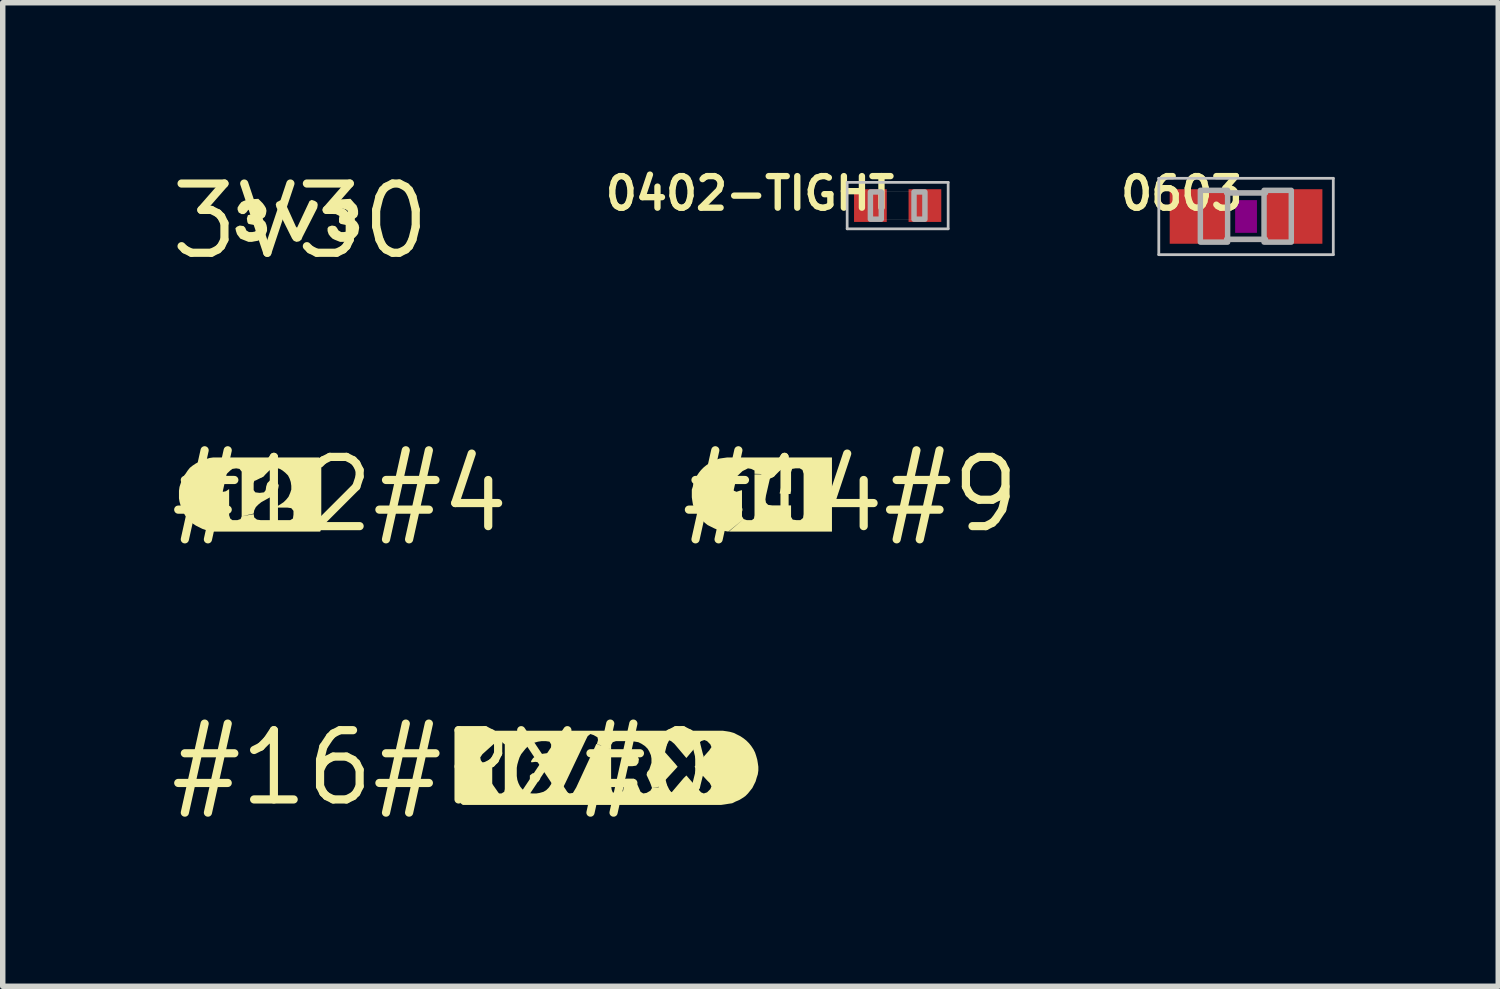
<source format=kicad_pcb>
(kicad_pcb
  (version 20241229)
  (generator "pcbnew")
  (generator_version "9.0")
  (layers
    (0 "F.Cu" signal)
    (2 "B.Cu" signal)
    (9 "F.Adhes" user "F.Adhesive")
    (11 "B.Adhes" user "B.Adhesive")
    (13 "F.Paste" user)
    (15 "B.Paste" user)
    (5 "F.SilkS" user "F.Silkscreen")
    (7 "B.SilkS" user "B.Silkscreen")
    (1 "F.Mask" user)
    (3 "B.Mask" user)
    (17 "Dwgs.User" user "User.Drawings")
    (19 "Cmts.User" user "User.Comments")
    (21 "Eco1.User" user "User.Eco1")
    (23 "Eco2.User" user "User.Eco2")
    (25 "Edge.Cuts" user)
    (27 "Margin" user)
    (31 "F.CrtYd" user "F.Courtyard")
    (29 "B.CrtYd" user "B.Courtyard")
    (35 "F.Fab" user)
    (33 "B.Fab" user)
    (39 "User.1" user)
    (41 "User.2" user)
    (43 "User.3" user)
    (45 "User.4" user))
  (footprint "#12#4"
    (layer "F.Cu")
    (at 3.182 6.019)
    (property "Reference" "#12#4" (at 0 0 0) (layer "F.SilkS") (effects (font (size 1.27 1.27) (thickness 0.15))))
    (attr through_hole)
    (fp_poly (pts (xy -2.32 -0.68) (xy -2.39 -0.67) (xy -2.46 -0.65) (xy -2.52 -0.63) (xy -2.58 -0.6) (xy -2.64 -0.57) (xy -2.7 -0.53) (xy -2.75 -0.49) (xy -2.79 -0.44) (xy -2.83 -0.38) (xy -2.87 -0.33) (xy -2.9 -0.26) (xy -2.92 -0.2) (xy -2.94 -0.14) (xy -2.95 -0.07) (xy -2.95 0) (xy -2.95 0.07) (xy -2.94 0.13) (xy -2.92 0.2) (xy -2.9 0.26) (xy -2.87 0.32) (xy -2.84 0.38) (xy -2.8 0.43) (xy -2.75 0.48) (xy -2.7 0.53) (xy -2.64 0.57) (xy -2.58 0.6) (xy -2.52 0.63) (xy -2.46 0.65) (xy -2.39 0.67) (xy -2.33 0.68) (xy -2.26 0.68) (xy -2.01 0.44) (xy -2.03 0.38) (xy -2.03 -0.1) (xy -2.09 -0.06) (xy -2.14 -0.05) (xy -2.2 -0.08) (xy -2.25 -0.14) (xy -2.25 -0.2) (xy -2.21 -0.25) (xy -2.01 -0.44) (xy -1.97 -0.47) (xy -1.9 -0.48) (xy -1.84 -0.47) (xy -1.8 -0.42) (xy -1.8 0.4) (xy -1.58 0.35) (xy -1.57 0.29) (xy -1.54 0.23) (xy -1.49 0.18) (xy -1.44 0.14) (xy -1.26 0.04) (xy -1.21 0) (xy -1.16 -0.05) (xy -1.13 -0.11) (xy -1.12 -0.17) (xy -1.15 -0.23) (xy -1.21 -0.26) (xy -1.28 -0.26) (xy -1.33 -0.21) (xy -1.35 -0.15) (xy -1.36 -0.08) (xy -1.39 -0.04) (xy -1.47 -0.03) (xy -1.55 -0.04) (xy -1.58 -0.08) (xy -1.58 -0.15) (xy -1.58 -0.21) (xy -1.56 -0.28) (xy -1.53 -0.34) (xy -1.48 -0.39) (xy -1.43 -0.44) (xy -1.38 -0.47) (xy -1.31 -0.49) (xy -1.24 -0.49) (xy -1.17 -0.49) (xy -1.1 -0.47) (xy -1.05 -0.44) (xy -1 -0.4) (xy -0.95 -0.35) (xy -0.92 -0.29) (xy -0.9 -0.23) (xy -0.89 -0.16) (xy -0.89 -0.09) (xy -0.91 -0.03) (xy -0.94 0.04) (xy -0.98 0.09) (xy -1.03 0.14) (xy -1.09 0.18) (xy -1.14 0.21) (xy -1.2 0.24) (xy -1.14 0.24) (xy -1 0.24) (xy -0.96 0.24) (xy -0.89 0.25) (xy -0.85 0.3) (xy -0.85 0.37) (xy -0.86 0.44) (xy -0.91 0.47) (xy -0.98 0.47) (xy -1.45 0.47) (xy -1.52 0.46) (xy -1.57 0.42) (xy -1.58 0.36) (xy -1.8 0.4) (xy -1.82 0.45) (xy -1.88 0.47) (xy -1.97 0.47) (xy -2.01 0.44) (xy -2.26 0.68) (xy -0.36 0.68) (xy -0.34 0.63) (xy -0.34 -0.65) (xy -0.38 -0.68) (xy -2.28 -0.68)) (stroke (width 0) (type solid)) (fill yes) (layer "F.SilkS")))
  (footprint "3V30"
    (layer "F.Cu")
    (at 2.457 1.006)
    (property "Reference" "3V30" (at 0 0 0) (layer "F.SilkS") (effects (font (size 1.27 1.27) (thickness 0.15))))
    (attr through_hole)
    (fp_poly (pts (xy 0.27 -0.37) (xy 0.21 -0.39) (xy 0.17 -0.37) (xy -0.06 0.12) (xy -0.08 0.1) (xy -0.27 -0.32) (xy -0.29 -0.35) (xy -0.32 -0.39) (xy -0.37 -0.38) (xy -0.43 -0.35) (xy -0.45 -0.31) (xy -0.44 -0.26) (xy -0.15 0.32) (xy -0.12 0.36) (xy -0.07 0.38) (xy -0.02 0.37) (xy 0.02 0.34) (xy 0.04 0.29) (xy 0.31 -0.24) (xy 0.32 -0.3) (xy 0.31 -0.34)) (stroke (width 0) (type solid)) (fill yes) (layer "F.SilkS"))
    (fp_poly (pts (xy -0.77 -0.41) (xy -0.93 -0.4) (xy -0.98 -0.39) (xy -1.04 -0.37) (xy -1.08 -0.35) (xy -1.12 -0.3) (xy -1.15 -0.25) (xy -1.15 -0.21) (xy -1.13 -0.16) (xy -1.08 -0.13) (xy -1.03 -0.13) (xy -0.99 -0.16) (xy -0.96 -0.2) (xy -0.91 -0.23) (xy -0.85 -0.22) (xy -0.81 -0.19) (xy -0.81 -0.15) (xy -0.86 -0.13) (xy -0.92 -0.12) (xy -0.96 -0.11) (xy -0.98 -0.05) (xy -0.97 0.02) (xy -0.95 0.05) (xy -0.9 0.06) (xy -0.84 0.07) (xy -0.8 0.1) (xy -0.79 0.15) (xy -0.83 0.19) (xy -0.88 0.2) (xy -0.94 0.2) (xy -0.99 0.17) (xy -1.01 0.12) (xy -1.04 0.09) (xy -1.11 0.08) (xy -1.16 0.1) (xy -1.19 0.13) (xy -1.18 0.18) (xy -1.16 0.24) (xy -1.13 0.28) (xy -1.1 0.32) (xy -1.05 0.34) (xy -1 0.36) (xy -0.95 0.38) (xy -0.89 0.38) (xy -0.84 0.37) (xy -0.78 0.36) (xy -0.74 0.34) (xy -0.69 0.31) (xy -0.65 0.27) (xy -0.63 0.23) (xy -0.61 0.18) (xy -0.61 0.12) (xy -0.62 0.07) (xy -0.64 0.02) (xy -0.68 -0.02) (xy -0.69 -0.05) (xy -0.65 -0.08) (xy -0.63 -0.13) (xy -0.62 -0.19) (xy -0.63 -0.24) (xy -0.66 -0.29) (xy -0.69 -0.33)) (stroke (width 0) (type solid)) (fill yes) (layer "F.SilkS"))
    (fp_poly (pts (xy 0.92 -0.41) (xy 0.75 -0.4) (xy 0.7 -0.39) (xy 0.65 -0.37) (xy 0.61 -0.35) (xy 0.57 -0.3) (xy 0.54 -0.25) (xy 0.53 -0.21) (xy 0.55 -0.16) (xy 0.61 -0.13) (xy 0.65 -0.13) (xy 0.69 -0.16) (xy 0.72 -0.2) (xy 0.77 -0.23) (xy 0.83 -0.22) (xy 0.87 -0.19) (xy 0.87 -0.15) (xy 0.83 -0.13) (xy 0.76 -0.12) (xy 0.72 -0.11) (xy 0.71 -0.05) (xy 0.71 0.02) (xy 0.74 0.05) (xy 0.79 0.06) (xy 0.84 0.07) (xy 0.89 0.1) (xy 0.89 0.15) (xy 0.85 0.19) (xy 0.8 0.2) (xy 0.75 0.2) (xy 0.7 0.17) (xy 0.67 0.12) (xy 0.64 0.09) (xy 0.58 0.08) (xy 0.52 0.1) (xy 0.5 0.13) (xy 0.5 0.18) (xy 0.52 0.24) (xy 0.55 0.28) (xy 0.59 0.32) (xy 0.63 0.34) (xy 0.68 0.36) (xy 0.73 0.38) (xy 0.79 0.38) (xy 0.85 0.37) (xy 0.9 0.36) (xy 0.95 0.34) (xy 0.99 0.31) (xy 1.03 0.27) (xy 1.06 0.23) (xy 1.07 0.18) (xy 1.08 0.12) (xy 1.07 0.07) (xy 1.04 0.02) (xy 1 -0.02) (xy 1 -0.05) (xy 1.04 -0.08) (xy 1.06 -0.13) (xy 1.06 -0.19) (xy 1.05 -0.24) (xy 1.03 -0.29) (xy 0.99 -0.33)) (stroke (width 0) (type solid)) (fill yes) (layer "F.SilkS")))
  (footprint "#14#9"
    (layer "F.Cu")
    (at 12.547 6.019)
    (property "Reference" "#14#9" (at 0 0 0) (layer "F.SilkS") (effects (font (size 1.27 1.27) (thickness 0.15))))
    (attr through_hole)
    (fp_poly (pts (xy -2.26 -0.68) (xy -2.33 -0.67) (xy -2.4 -0.66) (xy -2.46 -0.64) (xy -2.53 -0.61) (xy -2.58 -0.58) (xy -2.64 -0.54) (xy -2.69 -0.5) (xy -2.74 -0.45) (xy -2.78 -0.4) (xy -2.82 -0.34) (xy -2.85 -0.28) (xy -2.88 -0.22) (xy -2.89 -0.15) (xy -2.91 -0.09) (xy -2.91 -0.02) (xy -2.91 0.05) (xy -2.9 0.12) (xy -2.89 0.18) (xy -2.87 0.25) (xy -2.84 0.31) (xy -2.8 0.37) (xy -2.77 0.42) (xy -2.72 0.47) (xy -2.67 0.52) (xy -2.62 0.56) (xy -2.56 0.59) (xy -2.5 0.62) (xy -2.43 0.65) (xy -2.37 0.66) (xy -2.3 0.67) (xy -2.24 0.68) (xy -1.96 0.45) (xy -1.99 0.4) (xy -1.99 0.33) (xy -1.99 -0.08) (xy -2.03 -0.07) (xy -2.09 -0.05) (xy -2.14 -0.07) (xy -2.2 -0.13) (xy -2.21 -0.18) (xy -2.18 -0.24) (xy -1.98 -0.43) (xy -1.94 -0.45) (xy -1.88 -0.48) (xy -1.82 -0.47) (xy -1.76 -0.44) (xy -1.76 -0.38) (xy -1.45 -0.37) (xy -1.43 -0.44) (xy -1.39 -0.48) (xy -1.32 -0.48) (xy -1.25 -0.45) (xy -1.21 -0.41) (xy -1.22 -0.35) (xy -1.3 -0.02) (xy -1.23 -0.01) (xy -1.1 -0.01) (xy -1.09 -0.07) (xy -1.09 -0.41) (xy -1.07 -0.47) (xy -1.01 -0.48) (xy -0.93 -0.48) (xy -0.88 -0.45) (xy -0.86 -0.38) (xy -0.86 0.36) (xy -0.87 0.43) (xy -0.92 0.47) (xy -0.99 0.47) (xy -1.06 0.46) (xy -1.09 0.41) (xy -1.09 0.34) (xy -1.09 0.2) (xy -1.15 0.2) (xy -1.43 0.2) (xy -1.51 0.19) (xy -1.55 0.15) (xy -1.56 0.09) (xy -1.55 0.02) (xy -1.46 -0.37) (xy -1.76 -0.37) (xy -1.76 0.38) (xy -1.77 0.44) (xy -1.81 0.47) (xy -1.9 0.47) (xy -1.96 0.45) (xy -2.23 0.68) (xy -0.34 0.68) (xy -0.34 -0.68) (xy -2.24 -0.68)) (stroke (width 0) (type solid)) (fill yes) (layer "F.SilkS")))
  (footprint "0603"
    (layer "F.Cu")
    (at 19.801 0.92)
    (property "Reference" "0603" (at 0 -0.762 180) (layer "F.SilkS") (effects (font (size 0.579 0.579) (thickness 0.116)) (justify right top)))
    (attr through_hole)
    (fp_poly (pts (xy -0.2 0.3) (xy 0.2 0.3) (xy 0.2 -0.3) (xy -0.2 -0.3)) (stroke (width 0) (type solid)) (fill yes) (layer "F.Adhes"))
    (fp_line (start -1.6 -0.7) (end 1.6 -0.7) (stroke (width 0.051) (type solid)) (layer "Dwgs.User"))
    (fp_line (start -1.6 0.7) (end -1.6 -0.7) (stroke (width 0.051) (type solid)) (layer "Dwgs.User"))
    (fp_line (start 1.6 -0.7) (end 1.6 0.7) (stroke (width 0.051) (type solid)) (layer "Dwgs.User"))
    (fp_line (start 1.6 0.7) (end -1.6 0.7) (stroke (width 0.051) (type solid)) (layer "Dwgs.User"))
    (fp_line (start -0.356 -0.432) (end 0.356 -0.432) (stroke (width 0.102) (type solid)) (layer "F.Fab"))
    (fp_line (start -0.356 0.419) (end 0.356 0.419) (stroke (width 0.102) (type solid)) (layer "F.Fab"))
    (fp_poly (pts (xy -0.838 0.47) (xy -0.338 0.47) (xy -0.338 -0.48) (xy -0.838 -0.48)) (stroke (width 0.1) (type solid)) (fill no) (layer "F.Fab"))
    (fp_poly (pts (xy 0.33 0.47) (xy 0.83 0.47) (xy 0.83 -0.48) (xy 0.33 -0.48)) (stroke (width 0.1) (type solid)) (fill no) (layer "F.Fab"))
    (pad "1" smd rect (at -0.85 0) (size 1.1 1) (layers "F.Cu" "F.Mask" "F.Paste"))
    (pad "2" smd rect (at 0.85 0) (size 1.1 1) (layers "F.Cu" "F.Mask" "F.Paste")))
  (footprint "0402-TIGHT"
    (layer "F.Cu")
    (at 13.412 0.72)
    (property "Reference" "0402-TIGHT" (at 0 -0.562 180) (layer "F.SilkS") (effects (font (size 0.579 0.579) (thickness 0.116)) (justify right top)))
    (attr through_hole)
    (fp_line (start -0.926 -0.426) (end -0.926 0.426) (stroke (width 0.05) (type solid)) (layer "Dwgs.User"))
    (fp_line (start -0.926 0.426) (end 0.926 0.426) (stroke (width 0.05) (type solid)) (layer "Dwgs.User"))
    (fp_line (start 0.926 -0.426) (end -0.926 -0.426) (stroke (width 0.05) (type solid)) (layer "Dwgs.User"))
    (fp_line (start 0.926 0.426) (end 0.926 -0.426) (stroke (width 0.05) (type solid)) (layer "Dwgs.User"))
    (fp_line (start -0.5 -0.25) (end 0.5 -0.25) (stroke (width 0.003) (type solid)) (layer "F.Fab"))
    (fp_line (start -0.5 0.25) (end -0.5 -0.25) (stroke (width 0.003) (type solid)) (layer "F.Fab"))
    (fp_line (start 0.5 -0.25) (end 0.5 0.25) (stroke (width 0.003) (type solid)) (layer "F.Fab"))
    (fp_line (start 0.5 0.25) (end -0.5 0.25) (stroke (width 0.003) (type solid)) (layer "F.Fab"))
    (fp_poly (pts (xy -0.5 0.25) (xy -0.3 0.25) (xy -0.3 -0.25) (xy -0.5 -0.25)) (stroke (width 0.1) (type solid)) (fill no) (layer "F.Fab"))
    (fp_poly (pts (xy 0.5 -0.25) (xy 0.3 -0.25) (xy 0.3 0.25) (xy 0.5 0.25)) (stroke (width 0.1) (type solid)) (fill no) (layer "F.Fab"))
    (pad "1" smd rect (at -0.5 0) (size 0.6 0.6) (layers "F.Cu" "F.Mask" "F.Paste"))
    (pad "2" smd rect (at 0.5 0) (size 0.6 0.6) (layers "F.Cu" "F.Mask" "F.Paste")))
  (footprint "#16#RX#0"
    (layer "F.Cu")
    (at 5.057 11.031)
    (property "Reference" "#16#RX#0" (at 0 0 0) (layer "F.SilkS") (effects (font (size 1.27 1.27) (thickness 0.15))))
    (attr through_hole)
    (fp_poly (pts (xy 0.64 -0.68) (xy 0.37 -0.68) (xy 0.34 -0.64) (xy 0.34 0.65) (xy 0.38 0.68) (xy 5.12 0.68) (xy 5.19 0.67) (xy 5.25 0.66) (xy 5.32 0.65) (xy 5.38 0.62) (xy 5.45 0.59) (xy 5.5 0.56) (xy 5.56 0.52) (xy 5.61 0.47) (xy 5.65 0.42) (xy 5.69 0.37) (xy 5.72 0.31) (xy 5.75 0.25) (xy 5.77 0.18) (xy 5.79 0.12) (xy 5.8 0.05) (xy 5.8 -0.02) (xy 5.79 -0.09) (xy 5.78 -0.15) (xy 5.76 -0.22) (xy 5.74 -0.28) (xy 5.71 -0.34) (xy 5.67 -0.4) (xy 5.63 -0.45) (xy 5.58 -0.5) (xy 5.53 -0.54) (xy 5.47 -0.58) (xy 5.41 -0.61) (xy 5.35 -0.64) (xy 5.28 -0.66) (xy 5.22 -0.67) (xy 5.15 -0.68) (xy 5.08 -0.68) (xy 0.68 -0.68) (xy 0.94 -0.43) (xy 0.98 -0.46) (xy 1.04 -0.48) (xy 1.1 -0.47) (xy 1.15 -0.43) (xy 1.15 0.39) (xy 1.61 0.21) (xy 1.61 0.14) (xy 1.66 0.1) (xy 1.64 -0.1) (xy 1.71 -0.11) (xy 1.78 -0.1) (xy 1.84 -0.09) (xy 1.9 -0.06) (xy 1.95 -0.01) (xy 2 0.04) (xy 2.02 0.1) (xy 2.03 0.17) (xy 2.02 0.24) (xy 2.23 0.34) (xy 2.26 0.28) (xy 2.64 -0.52) (xy 2.67 -0.58) (xy 2.72 -0.62) (xy 2.78 -0.6) (xy 2.85 -0.56) (xy 2.86 -0.51) (xy 2.84 -0.44) (xy 3.33 -0.24) (xy 3.39 -0.26) (xy 3.45 -0.26) (xy 3.52 -0.25) (xy 3.58 -0.22) (xy 3.72 -0.4) (xy 3.77 -0.35) (xy 3.8 -0.3) (xy 3.83 -0.23) (xy 3.84 -0.17) (xy 3.84 -0.09) (xy 3.82 -0.03) (xy 3.8 0.03) (xy 3.76 0.08) (xy 3.75 0.13) (xy 3.81 0.26) (xy 3.83 0.31) (xy 3.85 0.37) (xy 4.02 0.34) (xy 4.04 0.29) (xy 4.09 0.23) (xy 4.32 -0.02) (xy 4.28 -0.07) (xy 4.05 -0.33) (xy 4.02 -0.38) (xy 4.03 -0.44) (xy 4.09 -0.49) (xy 4.15 -0.51) (xy 4.2 -0.49) (xy 4.26 -0.44) (xy 4.48 -0.18) (xy 4.7 -0.44) (xy 4.75 -0.49) (xy 4.81 -0.51) (xy 4.86 -0.49) (xy 4.92 -0.43) (xy 4.94 -0.38) (xy 4.9 -0.32) (xy 4.68 -0.07) (xy 4.63 -0.02) (xy 4.86 0.23) (xy 4.91 0.28) (xy 4.94 0.34) (xy 4.92 0.39) (xy 4.86 0.45) (xy 4.8 0.47) (xy 4.75 0.45) (xy 4.48 0.14) (xy 4.43 0.19) (xy 4.26 0.39) (xy 4.21 0.45) (xy 4.15 0.47) (xy 4.1 0.45) (xy 4.04 0.4) (xy 4.02 0.35) (xy 3.85 0.37) (xy 3.82 0.42) (xy 3.75 0.46) (xy 3.69 0.47) (xy 3.64 0.44) (xy 3.57 0.28) (xy 3.52 0.2) (xy 3.38 0.2) (xy 3.33 0.22) (xy 3.33 0.36) (xy 3.32 0.42) (xy 3.28 0.46) (xy 3.2 0.47) (xy 3.13 0.45) (xy 3.11 0.4) (xy 3.1 0.33) (xy 3.1 -0.42) (xy 3.13 -0.47) (xy 3.19 -0.49) (xy 3.47 -0.49) (xy 3.54 -0.48) (xy 3.6 -0.47) (xy 3.66 -0.44) (xy 3.72 -0.4) (xy 3.58 -0.22) (xy 3.61 -0.16) (xy 3.6 -0.09) (xy 3.56 -0.04) (xy 3.49 -0.03) (xy 3.36 -0.03) (xy 3.33 -0.04) (xy 3.33 -0.24) (xy 2.83 -0.44) (xy 2.46 0.36) (xy 2.4 0.46) (xy 2.34 0.47) (xy 2.27 0.44) (xy 2.22 0.4) (xy 2.23 0.34) (xy 2.02 0.24) (xy 2 0.3) (xy 1.96 0.36) (xy 1.91 0.41) (xy 1.86 0.44) (xy 1.79 0.46) (xy 1.73 0.47) (xy 1.65 0.47) (xy 1.58 0.46) (xy 1.52 0.43) (xy 1.47 0.39) (xy 1.43 0.34) (xy 1.4 0.28) (xy 1.38 0.22) (xy 1.37 0.15) (xy 1.37 0.08) (xy 1.37 0) (xy 1.38 -0.06) (xy 1.4 -0.13) (xy 1.42 -0.19) (xy 1.45 -0.25) (xy 1.49 -0.3) (xy 1.53 -0.35) (xy 1.58 -0.4) (xy 1.63 -0.43) (xy 1.69 -0.46) (xy 1.76 -0.48) (xy 1.83 -0.49) (xy 1.9 -0.49) (xy 1.97 -0.48) (xy 2 -0.43) (xy 2 -0.36) (xy 1.99 -0.29) (xy 1.94 -0.27) (xy 1.86 -0.26) (xy 1.8 -0.25) (xy 1.73 -0.22) (xy 1.67 -0.18) (xy 1.63 -0.12) (xy 1.64 -0.1) (xy 1.66 0.1) (xy 1.73 0.1) (xy 1.79 0.13) (xy 1.8 0.2) (xy 1.77 0.25) (xy 1.64 0.26) (xy 1.61 0.21) (xy 1.15 0.39) (xy 1.14 0.44) (xy 1.09 0.47) (xy 1 0.47) (xy 0.94 0.45) (xy 0.92 0.39) (xy 0.92 -0.09) (xy 0.87 -0.06) (xy 0.82 -0.05) (xy 0.76 -0.07) (xy 0.71 -0.14) (xy 0.7 -0.19) (xy 0.74 -0.25) (xy 0.94 -0.43) (xy 0.68 -0.68)) (stroke (width 0) (type solid)) (fill yes) (layer "F.SilkS")))
  (gr_rect
    (start -3 -3)
    (end 24.426 15.037)
    (stroke (width 0.1) (type default))
    (fill no)
    (layer "Edge.Cuts")))
</source>
